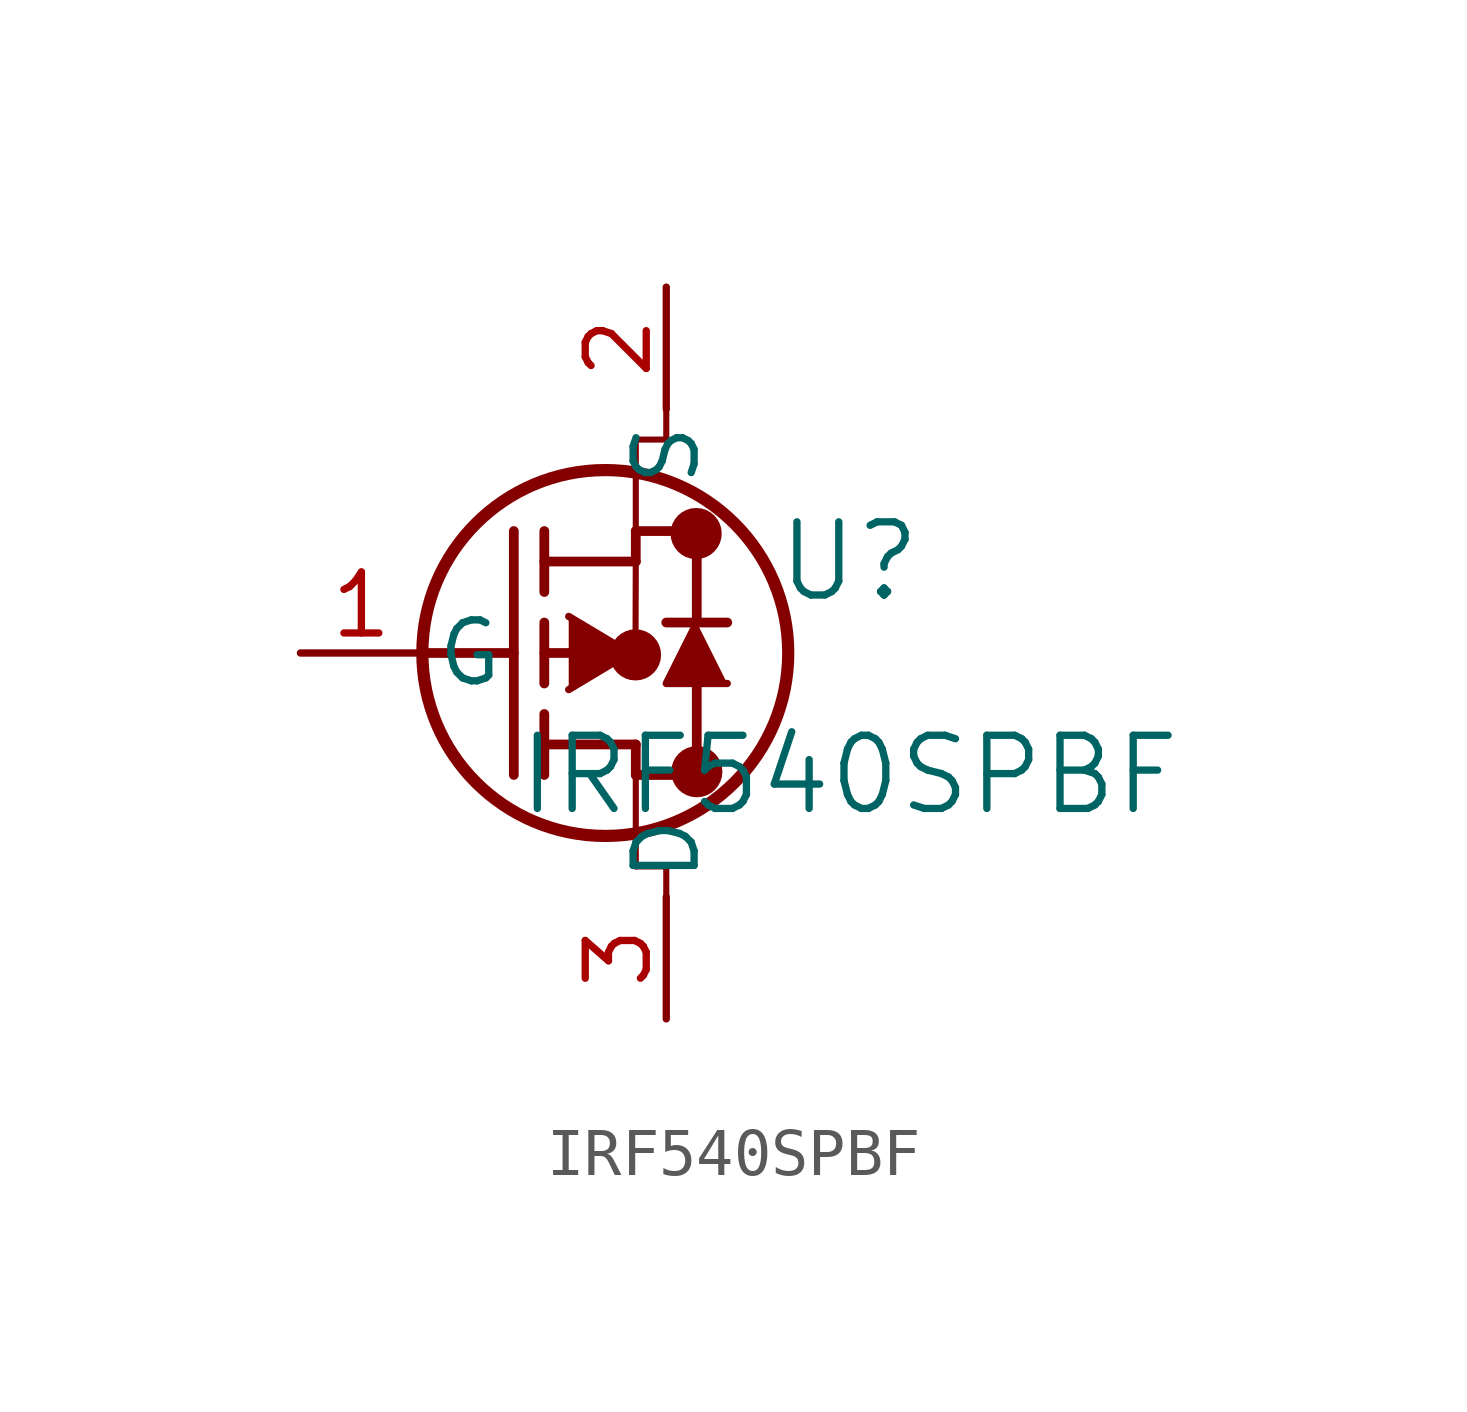
<source format=kicad_sym>
(kicad_symbol_lib
  (version 20211014)
  (generator kicad_symbol_editor)
  (symbol "IRF540SPBF"
    (pin_names
      (offset 0.254))
    (property "Reference" "U"
      (at 11.43 1.905 0)
      (effects (font (size 1.524 1.524))))
    (property "Value" "IRF540SPBF"
      (at 11.43 -2.54 0)
      (effects (font (size 1.524 1.524))))
    (symbol "IRF540SPBF_0_1"
      (circle (center 8.242 2.488) (radius 0.025) (stroke (width 0.508) (type default) (color 0 0 0 0)) (fill (type none)))
      (circle (center 8.256 -2.472) (radius 0.025) (stroke (width 0.508) (type default) (color 0 0 0 0)) (fill (type none)))
      (circle (center 6.979 -0.039) (radius 0.025) (stroke (width 0.508) (type default) (color 0 0 0 0)) (fill (type none)))
      (circle (center 6.35 0) (radius 3.81) (stroke (width 0.254) (type default) (color 0 0 0 0)) (fill (type none)))
      (polyline (pts (xy 2.54 0) (xy 4.445 0)) (stroke (width 0.203) (type default) (color 0 0 0 0)) (fill (type none)))
      (polyline (pts (xy 4.445 -2.54) (xy 4.445 2.54)) (stroke (width 0.203) (type default) (color 0 0 0 0)) (fill (type none)))
      (polyline (pts (xy 5.08 -0.635) (xy 5.08 0.635)) (stroke (width 0.203) (type default) (color 0 0 0 0)) (fill (type none)))
      (polyline (pts (xy 5.08 -2.54) (xy 5.08 -1.27)) (stroke (width 0.203) (type default) (color 0 0 0 0)) (fill (type none)))
      (polyline (pts (xy 5.08 1.27) (xy 5.08 2.54)) (stroke (width 0.203) (type default) (color 0 0 0 0)) (fill (type none)))
      (polyline (pts (xy 5.08 0) (xy 5.842 0)) (stroke (width 0.203) (type default) (color 0 0 0 0)) (fill (type none)))
      (polyline (pts (xy 5.08 -1.905) (xy 6.985 -1.905)) (stroke (width 0.203) (type default) (color 0 0 0 0)) (fill (type none)))
      (polyline (pts (xy 6.985 -2.54) (xy 6.985 -1.905)) (stroke (width 0.203) (type default) (color 0 0 0 0)) (fill (type none)))
      (polyline (pts (xy 6.985 -2.54) (xy 8.255 -2.54)) (stroke (width 0.203) (type default) (color 0 0 0 0)) (fill (type none)))
      (polyline (pts (xy 5.08 1.905) (xy 6.985 1.905)) (stroke (width 0.203) (type default) (color 0 0 0 0)) (fill (type none)))
      (polyline (pts (xy 8.255 0.635) (xy 8.255 2.54)) (stroke (width 0.203) (type default) (color 0 0 0 0)) (fill (type none)))
      (polyline (pts (xy 5.588 0.762) (xy 6.858 0) (xy 5.588 -0.762)) (stroke (width 0) (type default) (color 0 0 0 0)) (fill (type outline)))
      (polyline (pts (xy 8.89 -0.635) (xy 7.62 -0.635) (xy 8.255 0.635)) (stroke (width 0) (type default) (color 0 0 0 0)) (fill (type outline)))
      (polyline (pts (xy 8.255 -2.54) (xy 8.255 -0.635)) (stroke (width 0.203) (type default) (color 0 0 0 0)) (fill (type none)))
      (polyline (pts (xy 8.89 0.635) (xy 7.62 0.635)) (stroke (width 0.203) (type default) (color 0 0 0 0)) (fill (type none)))
      (polyline (pts (xy 6.985 2.54) (xy 8.255 2.54)) (stroke (width 0.203) (type default) (color 0 0 0 0)) (fill (type none)))
      (polyline (pts (xy 6.985 1.905) (xy 6.985 2.54)) (stroke (width 0.203) (type default) (color 0 0 0 0)) (fill (type none)))
      (polyline (pts (xy 6.985 1.905) (xy 6.979 -0.039)) (stroke (width 0.127) (type default) (color 0 0 0 0)) (fill (type none)))
      (polyline (pts (xy 6.979 -0.039) (xy 6.604 0)) (stroke (width 0.127) (type default) (color 0 0 0 0)) (fill (type none)))
      (polyline (pts (xy 7.62 -4.445) (xy 7.62 -5.08)) (stroke (width 0.127) (type default) (color 0 0 0 0)) (fill (type none)))
      (polyline (pts (xy 7.62 -4.445) (xy 6.985 -4.445)) (stroke (width 0.127) (type default) (color 0 0 0 0)) (fill (type none)))
      (polyline (pts (xy 6.985 -2.54) (xy 6.985 -4.445)) (stroke (width 0.127) (type default) (color 0 0 0 0)) (fill (type none)))
      (polyline (pts (xy 7.62 5.08) (xy 7.62 4.445)) (stroke (width 0.127) (type default) (color 0 0 0 0)) (fill (type none)))
      (polyline (pts (xy 7.62 4.445) (xy 6.985 4.445)) (stroke (width 0.127) (type default) (color 0 0 0 0)) (fill (type none)))
      (polyline (pts (xy 6.985 4.445) (xy 6.985 2.54)) (stroke (width 0.127) (type default) (color 0 0 0 0)) (fill (type none)))
      (pin unspecified line (at 0 0 0) (length 2.54) (name "G" (effects (font (size 1.27 1.27)))) (number "1" (effects (font (size 1.27 1.27)))))
      (pin unspecified line (at 7.62 7.62 270) (length 2.54) (name "S" (effects (font (size 1.27 1.27)))) (number "2" (effects (font (size 1.27 1.27)))))
      (pin unspecified line (at 7.62 -7.62 90) (length 2.54) (name "D" (effects (font (size 1.27 1.27)))) (number "3" (effects (font (size 1.27 1.27))))))))
</source>
